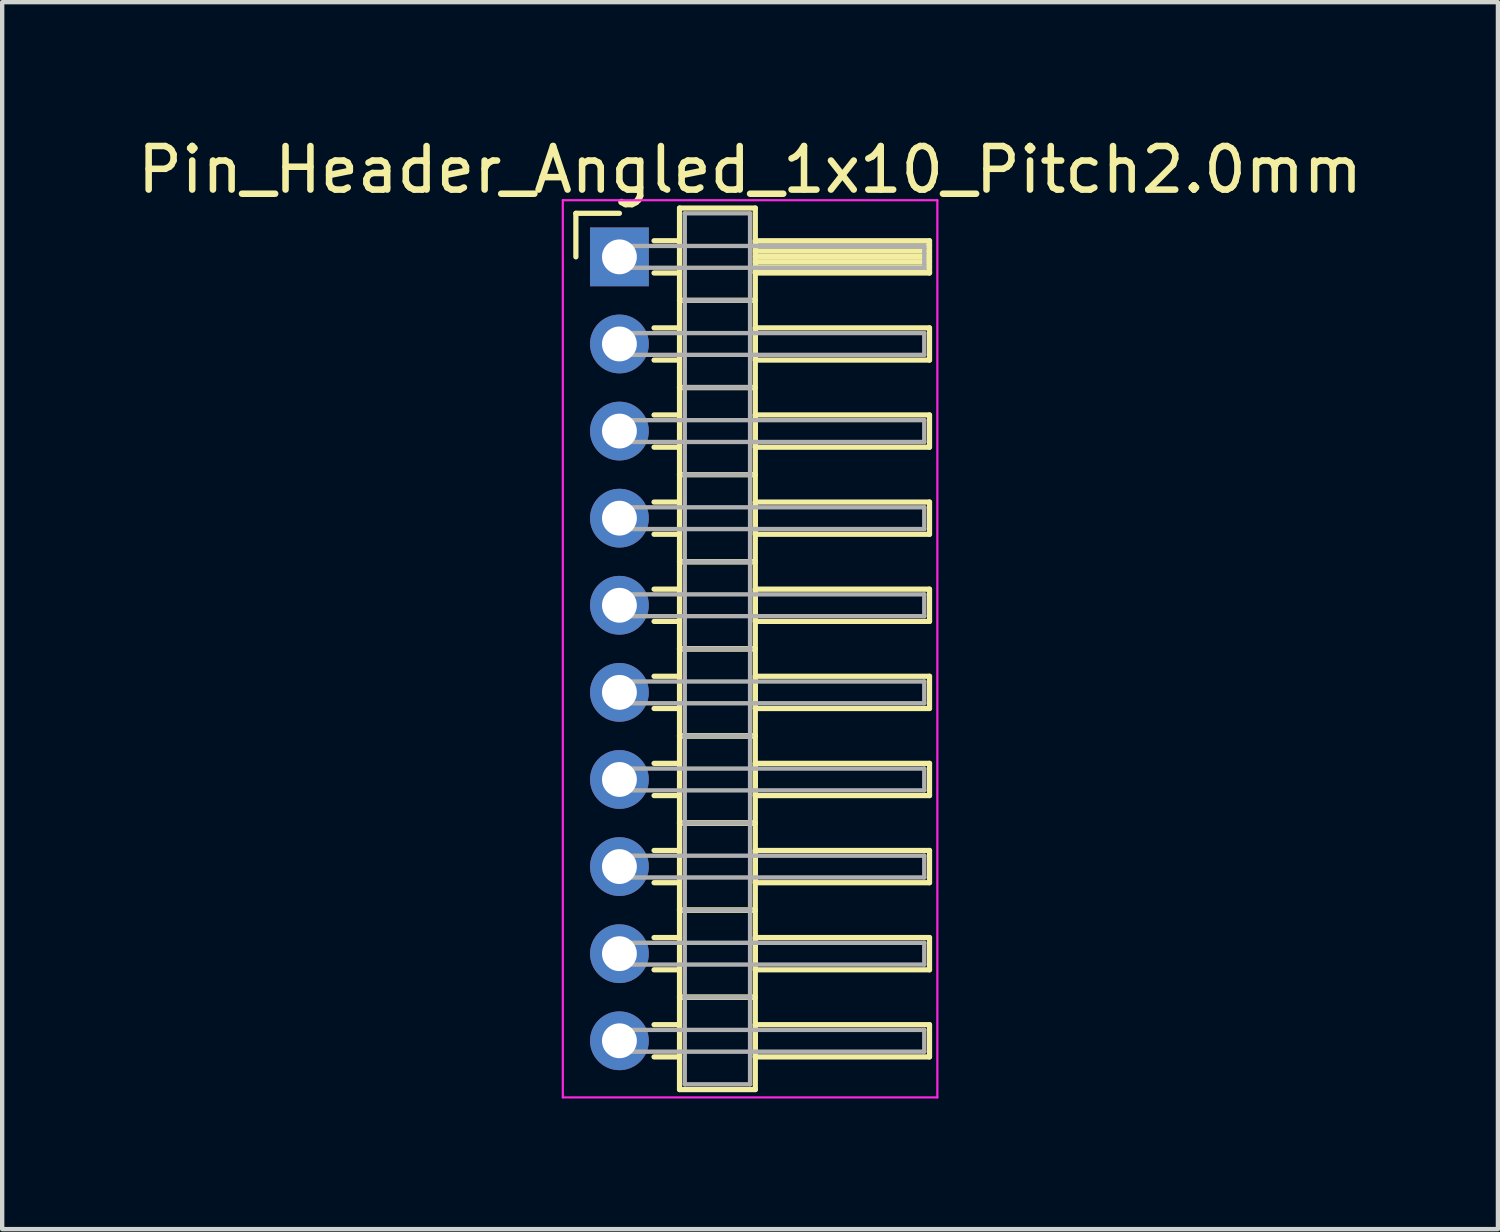
<source format=kicad_pcb>
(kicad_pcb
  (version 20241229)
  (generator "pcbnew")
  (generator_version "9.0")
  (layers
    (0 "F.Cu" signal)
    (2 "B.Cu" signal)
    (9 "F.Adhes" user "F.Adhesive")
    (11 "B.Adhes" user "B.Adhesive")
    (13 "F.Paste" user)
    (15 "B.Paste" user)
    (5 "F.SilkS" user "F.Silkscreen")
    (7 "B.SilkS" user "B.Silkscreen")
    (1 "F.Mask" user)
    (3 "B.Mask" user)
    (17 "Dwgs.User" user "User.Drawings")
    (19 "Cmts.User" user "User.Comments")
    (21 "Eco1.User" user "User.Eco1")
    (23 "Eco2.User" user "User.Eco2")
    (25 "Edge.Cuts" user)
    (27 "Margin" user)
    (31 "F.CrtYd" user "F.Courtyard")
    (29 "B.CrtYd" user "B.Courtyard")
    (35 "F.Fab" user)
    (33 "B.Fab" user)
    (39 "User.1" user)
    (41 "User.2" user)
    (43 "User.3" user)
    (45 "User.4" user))
  (footprint "Pin_Header_Angled_1x10_Pitch2.0mm"
    (layer "F.Cu")
    (at 11.173 2.848)
    (property "Reference" "Pin_Header_Angled_1x10_Pitch2.0mm" (at 3 -2 0) (layer "F.SilkS") (effects (font (size 1 1) (thickness 0.15))))
    (attr through_hole)
    (fp_line (start -1 -1) (end 0 -1) (stroke (width 0.12) (type solid)) (layer "F.SilkS"))
    (fp_line (start -1 0) (end -1 -1) (stroke (width 0.12) (type solid)) (layer "F.SilkS"))
    (fp_line (start 0.795 -0.37) (end 1.38 -0.37) (stroke (width 0.12) (type solid)) (layer "F.SilkS"))
    (fp_line (start 0.795 0.37) (end 1.38 0.37) (stroke (width 0.12) (type solid)) (layer "F.SilkS"))
    (fp_line (start 0.795 1.63) (end 1.38 1.63) (stroke (width 0.12) (type solid)) (layer "F.SilkS"))
    (fp_line (start 0.795 2.37) (end 1.38 2.37) (stroke (width 0.12) (type solid)) (layer "F.SilkS"))
    (fp_line (start 0.795 3.63) (end 1.38 3.63) (stroke (width 0.12) (type solid)) (layer "F.SilkS"))
    (fp_line (start 0.795 4.37) (end 1.38 4.37) (stroke (width 0.12) (type solid)) (layer "F.SilkS"))
    (fp_line (start 0.795 5.63) (end 1.38 5.63) (stroke (width 0.12) (type solid)) (layer "F.SilkS"))
    (fp_line (start 0.795 6.37) (end 1.38 6.37) (stroke (width 0.12) (type solid)) (layer "F.SilkS"))
    (fp_line (start 0.795 7.63) (end 1.38 7.63) (stroke (width 0.12) (type solid)) (layer "F.SilkS"))
    (fp_line (start 0.795 8.37) (end 1.38 8.37) (stroke (width 0.12) (type solid)) (layer "F.SilkS"))
    (fp_line (start 0.795 9.63) (end 1.38 9.63) (stroke (width 0.12) (type solid)) (layer "F.SilkS"))
    (fp_line (start 0.795 10.37) (end 1.38 10.37) (stroke (width 0.12) (type solid)) (layer "F.SilkS"))
    (fp_line (start 0.795 11.63) (end 1.38 11.63) (stroke (width 0.12) (type solid)) (layer "F.SilkS"))
    (fp_line (start 0.795 12.37) (end 1.38 12.37) (stroke (width 0.12) (type solid)) (layer "F.SilkS"))
    (fp_line (start 0.795 13.63) (end 1.38 13.63) (stroke (width 0.12) (type solid)) (layer "F.SilkS"))
    (fp_line (start 0.795 14.37) (end 1.38 14.37) (stroke (width 0.12) (type solid)) (layer "F.SilkS"))
    (fp_line (start 0.795 15.63) (end 1.38 15.63) (stroke (width 0.12) (type solid)) (layer "F.SilkS"))
    (fp_line (start 0.795 16.37) (end 1.38 16.37) (stroke (width 0.12) (type solid)) (layer "F.SilkS"))
    (fp_line (start 0.795 17.63) (end 1.38 17.63) (stroke (width 0.12) (type solid)) (layer "F.SilkS"))
    (fp_line (start 0.795 18.37) (end 1.38 18.37) (stroke (width 0.12) (type solid)) (layer "F.SilkS"))
    (fp_line (start 1.38 -1.12) (end 1.38 1) (stroke (width 0.12) (type solid)) (layer "F.SilkS"))
    (fp_line (start 1.38 1) (end 1.38 3) (stroke (width 0.12) (type solid)) (layer "F.SilkS"))
    (fp_line (start 1.38 1) (end 3.12 1) (stroke (width 0.12) (type solid)) (layer "F.SilkS"))
    (fp_line (start 1.38 3) (end 1.38 5) (stroke (width 0.12) (type solid)) (layer "F.SilkS"))
    (fp_line (start 1.38 3) (end 3.12 3) (stroke (width 0.12) (type solid)) (layer "F.SilkS"))
    (fp_line (start 1.38 5) (end 1.38 7) (stroke (width 0.12) (type solid)) (layer "F.SilkS"))
    (fp_line (start 1.38 5) (end 3.12 5) (stroke (width 0.12) (type solid)) (layer "F.SilkS"))
    (fp_line (start 1.38 7) (end 1.38 9) (stroke (width 0.12) (type solid)) (layer "F.SilkS"))
    (fp_line (start 1.38 7) (end 3.12 7) (stroke (width 0.12) (type solid)) (layer "F.SilkS"))
    (fp_line (start 1.38 9) (end 1.38 11) (stroke (width 0.12) (type solid)) (layer "F.SilkS"))
    (fp_line (start 1.38 9) (end 3.12 9) (stroke (width 0.12) (type solid)) (layer "F.SilkS"))
    (fp_line (start 1.38 11) (end 1.38 13) (stroke (width 0.12) (type solid)) (layer "F.SilkS"))
    (fp_line (start 1.38 11) (end 3.12 11) (stroke (width 0.12) (type solid)) (layer "F.SilkS"))
    (fp_line (start 1.38 13) (end 1.38 15) (stroke (width 0.12) (type solid)) (layer "F.SilkS"))
    (fp_line (start 1.38 13) (end 3.12 13) (stroke (width 0.12) (type solid)) (layer "F.SilkS"))
    (fp_line (start 1.38 15) (end 1.38 17) (stroke (width 0.12) (type solid)) (layer "F.SilkS"))
    (fp_line (start 1.38 15) (end 3.12 15) (stroke (width 0.12) (type solid)) (layer "F.SilkS"))
    (fp_line (start 1.38 17) (end 1.38 19.12) (stroke (width 0.12) (type solid)) (layer "F.SilkS"))
    (fp_line (start 1.38 17) (end 3.12 17) (stroke (width 0.12) (type solid)) (layer "F.SilkS"))
    (fp_line (start 1.38 19.12) (end 3.12 19.12) (stroke (width 0.12) (type solid)) (layer "F.SilkS"))
    (fp_line (start 3.12 -1.12) (end 1.38 -1.12) (stroke (width 0.12) (type solid)) (layer "F.SilkS"))
    (fp_line (start 3.12 -0.37) (end 3.12 0.37) (stroke (width 0.12) (type solid)) (layer "F.SilkS"))
    (fp_line (start 3.12 -0.25) (end 7.12 -0.25) (stroke (width 0.12) (type solid)) (layer "F.SilkS"))
    (fp_line (start 3.12 -0.13) (end 7.12 -0.13) (stroke (width 0.12) (type solid)) (layer "F.SilkS"))
    (fp_line (start 3.12 -0.01) (end 7.12 -0.01) (stroke (width 0.12) (type solid)) (layer "F.SilkS"))
    (fp_line (start 3.12 0.11) (end 7.12 0.11) (stroke (width 0.12) (type solid)) (layer "F.SilkS"))
    (fp_line (start 3.12 0.23) (end 7.12 0.23) (stroke (width 0.12) (type solid)) (layer "F.SilkS"))
    (fp_line (start 3.12 0.35) (end 7.12 0.35) (stroke (width 0.12) (type solid)) (layer "F.SilkS"))
    (fp_line (start 3.12 0.37) (end 7.12 0.37) (stroke (width 0.12) (type solid)) (layer "F.SilkS"))
    (fp_line (start 3.12 1) (end 1.38 1) (stroke (width 0.12) (type solid)) (layer "F.SilkS"))
    (fp_line (start 3.12 1) (end 3.12 -1.12) (stroke (width 0.12) (type solid)) (layer "F.SilkS"))
    (fp_line (start 3.12 1.63) (end 3.12 2.37) (stroke (width 0.12) (type solid)) (layer "F.SilkS"))
    (fp_line (start 3.12 2.37) (end 7.12 2.37) (stroke (width 0.12) (type solid)) (layer "F.SilkS"))
    (fp_line (start 3.12 3) (end 1.38 3) (stroke (width 0.12) (type solid)) (layer "F.SilkS"))
    (fp_line (start 3.12 3) (end 3.12 1) (stroke (width 0.12) (type solid)) (layer "F.SilkS"))
    (fp_line (start 3.12 3.63) (end 3.12 4.37) (stroke (width 0.12) (type solid)) (layer "F.SilkS"))
    (fp_line (start 3.12 4.37) (end 7.12 4.37) (stroke (width 0.12) (type solid)) (layer "F.SilkS"))
    (fp_line (start 3.12 5) (end 1.38 5) (stroke (width 0.12) (type solid)) (layer "F.SilkS"))
    (fp_line (start 3.12 5) (end 3.12 3) (stroke (width 0.12) (type solid)) (layer "F.SilkS"))
    (fp_line (start 3.12 5.63) (end 3.12 6.37) (stroke (width 0.12) (type solid)) (layer "F.SilkS"))
    (fp_line (start 3.12 6.37) (end 7.12 6.37) (stroke (width 0.12) (type solid)) (layer "F.SilkS"))
    (fp_line (start 3.12 7) (end 1.38 7) (stroke (width 0.12) (type solid)) (layer "F.SilkS"))
    (fp_line (start 3.12 7) (end 3.12 5) (stroke (width 0.12) (type solid)) (layer "F.SilkS"))
    (fp_line (start 3.12 7.63) (end 3.12 8.37) (stroke (width 0.12) (type solid)) (layer "F.SilkS"))
    (fp_line (start 3.12 8.37) (end 7.12 8.37) (stroke (width 0.12) (type solid)) (layer "F.SilkS"))
    (fp_line (start 3.12 9) (end 1.38 9) (stroke (width 0.12) (type solid)) (layer "F.SilkS"))
    (fp_line (start 3.12 9) (end 3.12 7) (stroke (width 0.12) (type solid)) (layer "F.SilkS"))
    (fp_line (start 3.12 9.63) (end 3.12 10.37) (stroke (width 0.12) (type solid)) (layer "F.SilkS"))
    (fp_line (start 3.12 10.37) (end 7.12 10.37) (stroke (width 0.12) (type solid)) (layer "F.SilkS"))
    (fp_line (start 3.12 11) (end 1.38 11) (stroke (width 0.12) (type solid)) (layer "F.SilkS"))
    (fp_line (start 3.12 11) (end 3.12 9) (stroke (width 0.12) (type solid)) (layer "F.SilkS"))
    (fp_line (start 3.12 11.63) (end 3.12 12.37) (stroke (width 0.12) (type solid)) (layer "F.SilkS"))
    (fp_line (start 3.12 12.37) (end 7.12 12.37) (stroke (width 0.12) (type solid)) (layer "F.SilkS"))
    (fp_line (start 3.12 13) (end 1.38 13) (stroke (width 0.12) (type solid)) (layer "F.SilkS"))
    (fp_line (start 3.12 13) (end 3.12 11) (stroke (width 0.12) (type solid)) (layer "F.SilkS"))
    (fp_line (start 3.12 13.63) (end 3.12 14.37) (stroke (width 0.12) (type solid)) (layer "F.SilkS"))
    (fp_line (start 3.12 14.37) (end 7.12 14.37) (stroke (width 0.12) (type solid)) (layer "F.SilkS"))
    (fp_line (start 3.12 15) (end 1.38 15) (stroke (width 0.12) (type solid)) (layer "F.SilkS"))
    (fp_line (start 3.12 15) (end 3.12 13) (stroke (width 0.12) (type solid)) (layer "F.SilkS"))
    (fp_line (start 3.12 15.63) (end 3.12 16.37) (stroke (width 0.12) (type solid)) (layer "F.SilkS"))
    (fp_line (start 3.12 16.37) (end 7.12 16.37) (stroke (width 0.12) (type solid)) (layer "F.SilkS"))
    (fp_line (start 3.12 17) (end 1.38 17) (stroke (width 0.12) (type solid)) (layer "F.SilkS"))
    (fp_line (start 3.12 17) (end 3.12 15) (stroke (width 0.12) (type solid)) (layer "F.SilkS"))
    (fp_line (start 3.12 17.63) (end 3.12 18.37) (stroke (width 0.12) (type solid)) (layer "F.SilkS"))
    (fp_line (start 3.12 18.37) (end 7.12 18.37) (stroke (width 0.12) (type solid)) (layer "F.SilkS"))
    (fp_line (start 3.12 19.12) (end 3.12 17) (stroke (width 0.12) (type solid)) (layer "F.SilkS"))
    (fp_line (start 7.12 -0.37) (end 3.12 -0.37) (stroke (width 0.12) (type solid)) (layer "F.SilkS"))
    (fp_line (start 7.12 0.37) (end 7.12 -0.37) (stroke (width 0.12) (type solid)) (layer "F.SilkS"))
    (fp_line (start 7.12 1.63) (end 3.12 1.63) (stroke (width 0.12) (type solid)) (layer "F.SilkS"))
    (fp_line (start 7.12 2.37) (end 7.12 1.63) (stroke (width 0.12) (type solid)) (layer "F.SilkS"))
    (fp_line (start 7.12 3.63) (end 3.12 3.63) (stroke (width 0.12) (type solid)) (layer "F.SilkS"))
    (fp_line (start 7.12 4.37) (end 7.12 3.63) (stroke (width 0.12) (type solid)) (layer "F.SilkS"))
    (fp_line (start 7.12 5.63) (end 3.12 5.63) (stroke (width 0.12) (type solid)) (layer "F.SilkS"))
    (fp_line (start 7.12 6.37) (end 7.12 5.63) (stroke (width 0.12) (type solid)) (layer "F.SilkS"))
    (fp_line (start 7.12 7.63) (end 3.12 7.63) (stroke (width 0.12) (type solid)) (layer "F.SilkS"))
    (fp_line (start 7.12 8.37) (end 7.12 7.63) (stroke (width 0.12) (type solid)) (layer "F.SilkS"))
    (fp_line (start 7.12 9.63) (end 3.12 9.63) (stroke (width 0.12) (type solid)) (layer "F.SilkS"))
    (fp_line (start 7.12 10.37) (end 7.12 9.63) (stroke (width 0.12) (type solid)) (layer "F.SilkS"))
    (fp_line (start 7.12 11.63) (end 3.12 11.63) (stroke (width 0.12) (type solid)) (layer "F.SilkS"))
    (fp_line (start 7.12 12.37) (end 7.12 11.63) (stroke (width 0.12) (type solid)) (layer "F.SilkS"))
    (fp_line (start 7.12 13.63) (end 3.12 13.63) (stroke (width 0.12) (type solid)) (layer "F.SilkS"))
    (fp_line (start 7.12 14.37) (end 7.12 13.63) (stroke (width 0.12) (type solid)) (layer "F.SilkS"))
    (fp_line (start 7.12 15.63) (end 3.12 15.63) (stroke (width 0.12) (type solid)) (layer "F.SilkS"))
    (fp_line (start 7.12 16.37) (end 7.12 15.63) (stroke (width 0.12) (type solid)) (layer "F.SilkS"))
    (fp_line (start 7.12 17.63) (end 3.12 17.63) (stroke (width 0.12) (type solid)) (layer "F.SilkS"))
    (fp_line (start 7.12 18.37) (end 7.12 17.63) (stroke (width 0.12) (type solid)) (layer "F.SilkS"))
    (fp_line (start -1.3 -1.3) (end -1.3 19.3) (stroke (width 0.05) (type solid)) (layer "F.CrtYd"))
    (fp_line (start -1.3 19.3) (end 7.3 19.3) (stroke (width 0.05) (type solid)) (layer "F.CrtYd"))
    (fp_line (start 7.3 -1.3) (end -1.3 -1.3) (stroke (width 0.05) (type solid)) (layer "F.CrtYd"))
    (fp_line (start 7.3 19.3) (end 7.3 -1.3) (stroke (width 0.05) (type solid)) (layer "F.CrtYd"))
    (fp_line (start 0 -0.25) (end 0 0.25) (stroke (width 0.1) (type solid)) (layer "F.Fab"))
    (fp_line (start 0 0.25) (end 7 0.25) (stroke (width 0.1) (type solid)) (layer "F.Fab"))
    (fp_line (start 0 1.75) (end 0 2.25) (stroke (width 0.1) (type solid)) (layer "F.Fab"))
    (fp_line (start 0 2.25) (end 7 2.25) (stroke (width 0.1) (type solid)) (layer "F.Fab"))
    (fp_line (start 0 3.75) (end 0 4.25) (stroke (width 0.1) (type solid)) (layer "F.Fab"))
    (fp_line (start 0 4.25) (end 7 4.25) (stroke (width 0.1) (type solid)) (layer "F.Fab"))
    (fp_line (start 0 5.75) (end 0 6.25) (stroke (width 0.1) (type solid)) (layer "F.Fab"))
    (fp_line (start 0 6.25) (end 7 6.25) (stroke (width 0.1) (type solid)) (layer "F.Fab"))
    (fp_line (start 0 7.75) (end 0 8.25) (stroke (width 0.1) (type solid)) (layer "F.Fab"))
    (fp_line (start 0 8.25) (end 7 8.25) (stroke (width 0.1) (type solid)) (layer "F.Fab"))
    (fp_line (start 0 9.75) (end 0 10.25) (stroke (width 0.1) (type solid)) (layer "F.Fab"))
    (fp_line (start 0 10.25) (end 7 10.25) (stroke (width 0.1) (type solid)) (layer "F.Fab"))
    (fp_line (start 0 11.75) (end 0 12.25) (stroke (width 0.1) (type solid)) (layer "F.Fab"))
    (fp_line (start 0 12.25) (end 7 12.25) (stroke (width 0.1) (type solid)) (layer "F.Fab"))
    (fp_line (start 0 13.75) (end 0 14.25) (stroke (width 0.1) (type solid)) (layer "F.Fab"))
    (fp_line (start 0 14.25) (end 7 14.25) (stroke (width 0.1) (type solid)) (layer "F.Fab"))
    (fp_line (start 0 15.75) (end 0 16.25) (stroke (width 0.1) (type solid)) (layer "F.Fab"))
    (fp_line (start 0 16.25) (end 7 16.25) (stroke (width 0.1) (type solid)) (layer "F.Fab"))
    (fp_line (start 0 17.75) (end 0 18.25) (stroke (width 0.1) (type solid)) (layer "F.Fab"))
    (fp_line (start 0 18.25) (end 7 18.25) (stroke (width 0.1) (type solid)) (layer "F.Fab"))
    (fp_line (start 1.5 -1) (end 1.5 1) (stroke (width 0.1) (type solid)) (layer "F.Fab"))
    (fp_line (start 1.5 1) (end 1.5 3) (stroke (width 0.1) (type solid)) (layer "F.Fab"))
    (fp_line (start 1.5 1) (end 3 1) (stroke (width 0.1) (type solid)) (layer "F.Fab"))
    (fp_line (start 1.5 3) (end 1.5 5) (stroke (width 0.1) (type solid)) (layer "F.Fab"))
    (fp_line (start 1.5 3) (end 3 3) (stroke (width 0.1) (type solid)) (layer "F.Fab"))
    (fp_line (start 1.5 5) (end 1.5 7) (stroke (width 0.1) (type solid)) (layer "F.Fab"))
    (fp_line (start 1.5 5) (end 3 5) (stroke (width 0.1) (type solid)) (layer "F.Fab"))
    (fp_line (start 1.5 7) (end 1.5 9) (stroke (width 0.1) (type solid)) (layer "F.Fab"))
    (fp_line (start 1.5 7) (end 3 7) (stroke (width 0.1) (type solid)) (layer "F.Fab"))
    (fp_line (start 1.5 9) (end 1.5 11) (stroke (width 0.1) (type solid)) (layer "F.Fab"))
    (fp_line (start 1.5 9) (end 3 9) (stroke (width 0.1) (type solid)) (layer "F.Fab"))
    (fp_line (start 1.5 11) (end 1.5 13) (stroke (width 0.1) (type solid)) (layer "F.Fab"))
    (fp_line (start 1.5 11) (end 3 11) (stroke (width 0.1) (type solid)) (layer "F.Fab"))
    (fp_line (start 1.5 13) (end 1.5 15) (stroke (width 0.1) (type solid)) (layer "F.Fab"))
    (fp_line (start 1.5 13) (end 3 13) (stroke (width 0.1) (type solid)) (layer "F.Fab"))
    (fp_line (start 1.5 15) (end 1.5 17) (stroke (width 0.1) (type solid)) (layer "F.Fab"))
    (fp_line (start 1.5 15) (end 3 15) (stroke (width 0.1) (type solid)) (layer "F.Fab"))
    (fp_line (start 1.5 17) (end 1.5 19) (stroke (width 0.1) (type solid)) (layer "F.Fab"))
    (fp_line (start 1.5 17) (end 3 17) (stroke (width 0.1) (type solid)) (layer "F.Fab"))
    (fp_line (start 1.5 19) (end 3 19) (stroke (width 0.1) (type solid)) (layer "F.Fab"))
    (fp_line (start 3 -1) (end 1.5 -1) (stroke (width 0.1) (type solid)) (layer "F.Fab"))
    (fp_line (start 3 1) (end 1.5 1) (stroke (width 0.1) (type solid)) (layer "F.Fab"))
    (fp_line (start 3 1) (end 3 -1) (stroke (width 0.1) (type solid)) (layer "F.Fab"))
    (fp_line (start 3 3) (end 1.5 3) (stroke (width 0.1) (type solid)) (layer "F.Fab"))
    (fp_line (start 3 3) (end 3 1) (stroke (width 0.1) (type solid)) (layer "F.Fab"))
    (fp_line (start 3 5) (end 1.5 5) (stroke (width 0.1) (type solid)) (layer "F.Fab"))
    (fp_line (start 3 5) (end 3 3) (stroke (width 0.1) (type solid)) (layer "F.Fab"))
    (fp_line (start 3 7) (end 1.5 7) (stroke (width 0.1) (type solid)) (layer "F.Fab"))
    (fp_line (start 3 7) (end 3 5) (stroke (width 0.1) (type solid)) (layer "F.Fab"))
    (fp_line (start 3 9) (end 1.5 9) (stroke (width 0.1) (type solid)) (layer "F.Fab"))
    (fp_line (start 3 9) (end 3 7) (stroke (width 0.1) (type solid)) (layer "F.Fab"))
    (fp_line (start 3 11) (end 1.5 11) (stroke (width 0.1) (type solid)) (layer "F.Fab"))
    (fp_line (start 3 11) (end 3 9) (stroke (width 0.1) (type solid)) (layer "F.Fab"))
    (fp_line (start 3 13) (end 1.5 13) (stroke (width 0.1) (type solid)) (layer "F.Fab"))
    (fp_line (start 3 13) (end 3 11) (stroke (width 0.1) (type solid)) (layer "F.Fab"))
    (fp_line (start 3 15) (end 1.5 15) (stroke (width 0.1) (type solid)) (layer "F.Fab"))
    (fp_line (start 3 15) (end 3 13) (stroke (width 0.1) (type solid)) (layer "F.Fab"))
    (fp_line (start 3 17) (end 1.5 17) (stroke (width 0.1) (type solid)) (layer "F.Fab"))
    (fp_line (start 3 17) (end 3 15) (stroke (width 0.1) (type solid)) (layer "F.Fab"))
    (fp_line (start 3 19) (end 3 17) (stroke (width 0.1) (type solid)) (layer "F.Fab"))
    (fp_line (start 7 -0.25) (end 0 -0.25) (stroke (width 0.1) (type solid)) (layer "F.Fab"))
    (fp_line (start 7 0.25) (end 7 -0.25) (stroke (width 0.1) (type solid)) (layer "F.Fab"))
    (fp_line (start 7 1.75) (end 0 1.75) (stroke (width 0.1) (type solid)) (layer "F.Fab"))
    (fp_line (start 7 2.25) (end 7 1.75) (stroke (width 0.1) (type solid)) (layer "F.Fab"))
    (fp_line (start 7 3.75) (end 0 3.75) (stroke (width 0.1) (type solid)) (layer "F.Fab"))
    (fp_line (start 7 4.25) (end 7 3.75) (stroke (width 0.1) (type solid)) (layer "F.Fab"))
    (fp_line (start 7 5.75) (end 0 5.75) (stroke (width 0.1) (type solid)) (layer "F.Fab"))
    (fp_line (start 7 6.25) (end 7 5.75) (stroke (width 0.1) (type solid)) (layer "F.Fab"))
    (fp_line (start 7 7.75) (end 0 7.75) (stroke (width 0.1) (type solid)) (layer "F.Fab"))
    (fp_line (start 7 8.25) (end 7 7.75) (stroke (width 0.1) (type solid)) (layer "F.Fab"))
    (fp_line (start 7 9.75) (end 0 9.75) (stroke (width 0.1) (type solid)) (layer "F.Fab"))
    (fp_line (start 7 10.25) (end 7 9.75) (stroke (width 0.1) (type solid)) (layer "F.Fab"))
    (fp_line (start 7 11.75) (end 0 11.75) (stroke (width 0.1) (type solid)) (layer "F.Fab"))
    (fp_line (start 7 12.25) (end 7 11.75) (stroke (width 0.1) (type solid)) (layer "F.Fab"))
    (fp_line (start 7 13.75) (end 0 13.75) (stroke (width 0.1) (type solid)) (layer "F.Fab"))
    (fp_line (start 7 14.25) (end 7 13.75) (stroke (width 0.1) (type solid)) (layer "F.Fab"))
    (fp_line (start 7 15.75) (end 0 15.75) (stroke (width 0.1) (type solid)) (layer "F.Fab"))
    (fp_line (start 7 16.25) (end 7 15.75) (stroke (width 0.1) (type solid)) (layer "F.Fab"))
    (fp_line (start 7 17.75) (end 0 17.75) (stroke (width 0.1) (type solid)) (layer "F.Fab"))
    (fp_line (start 7 18.25) (end 7 17.75) (stroke (width 0.1) (type solid)) (layer "F.Fab"))
    (pad "1" thru_hole rect (at 0 0) (size 1.35 1.35) (drill 0.8) (layers "*.Cu" "*.Mask"))
    (pad "2" thru_hole oval (at 0 2) (size 1.35 1.35) (drill 0.8) (layers "*.Cu" "*.Mask"))
    (pad "3" thru_hole oval (at 0 4) (size 1.35 1.35) (drill 0.8) (layers "*.Cu" "*.Mask"))
    (pad "4" thru_hole oval (at 0 6) (size 1.35 1.35) (drill 0.8) (layers "*.Cu" "*.Mask"))
    (pad "5" thru_hole oval (at 0 8) (size 1.35 1.35) (drill 0.8) (layers "*.Cu" "*.Mask"))
    (pad "6" thru_hole oval (at 0 10) (size 1.35 1.35) (drill 0.8) (layers "*.Cu" "*.Mask"))
    (pad "7" thru_hole oval (at 0 12) (size 1.35 1.35) (drill 0.8) (layers "*.Cu" "*.Mask"))
    (pad "8" thru_hole oval (at 0 14) (size 1.35 1.35) (drill 0.8) (layers "*.Cu" "*.Mask"))
    (pad "9" thru_hole oval (at 0 16) (size 1.35 1.35) (drill 0.8) (layers "*.Cu" "*.Mask"))
    (pad "10" thru_hole oval (at 0 18) (size 1.35 1.35) (drill 0.8) (layers "*.Cu" "*.Mask")))
  (gr_rect
    (start -3 -3)
    (end 31.345 25.173)
    (stroke (width 0.1) (type default))
    (fill no)
    (layer "Edge.Cuts")))
</source>
